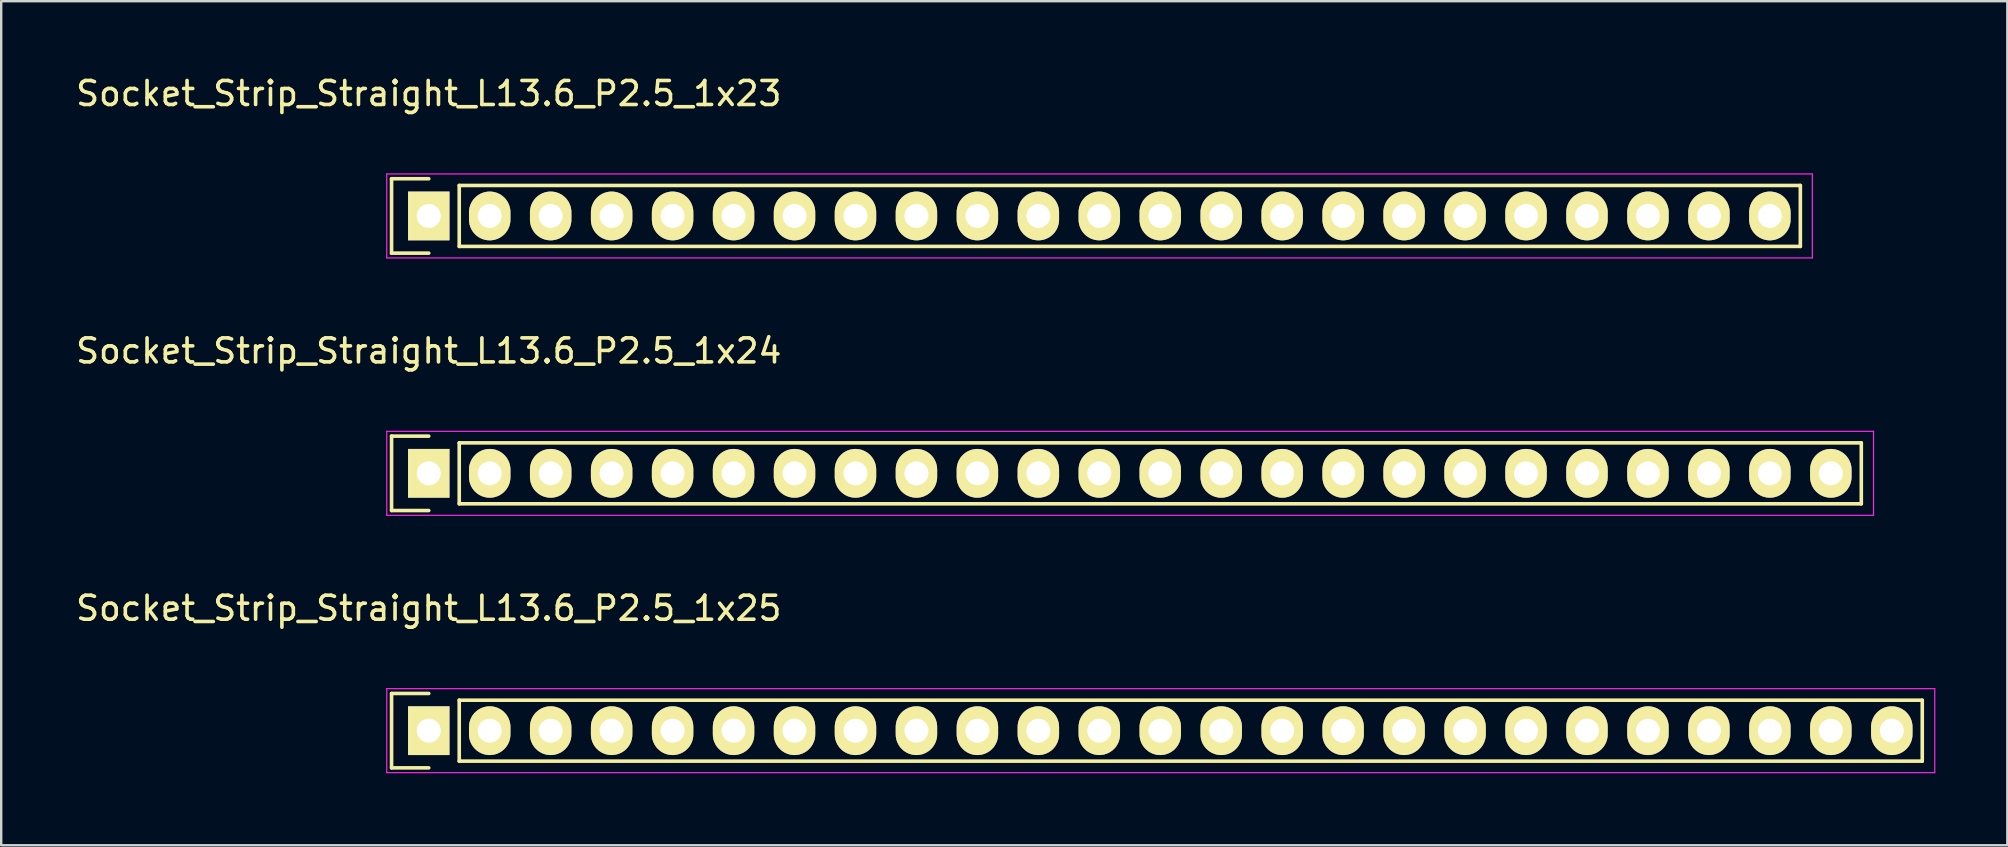
<source format=kicad_pcb>
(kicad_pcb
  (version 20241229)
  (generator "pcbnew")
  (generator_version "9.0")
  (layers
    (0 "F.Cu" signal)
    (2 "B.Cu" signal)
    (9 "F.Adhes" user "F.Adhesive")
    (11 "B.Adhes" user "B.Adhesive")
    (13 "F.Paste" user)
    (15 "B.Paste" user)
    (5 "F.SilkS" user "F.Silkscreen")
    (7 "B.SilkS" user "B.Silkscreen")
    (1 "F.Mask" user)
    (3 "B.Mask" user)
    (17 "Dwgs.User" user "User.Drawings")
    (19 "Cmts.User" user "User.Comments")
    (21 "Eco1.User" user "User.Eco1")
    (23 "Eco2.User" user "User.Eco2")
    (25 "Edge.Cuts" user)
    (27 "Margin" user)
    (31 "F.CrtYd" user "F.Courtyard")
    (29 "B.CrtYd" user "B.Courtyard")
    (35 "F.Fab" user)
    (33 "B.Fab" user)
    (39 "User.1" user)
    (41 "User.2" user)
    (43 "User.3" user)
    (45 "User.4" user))
  (footprint "Socket_Strip_Straight_L13.6_P2.5_1x25"
    (layer "F.Cu")
    (at 14.815 27.395)
    (property "Reference" "Socket_Strip_Straight_L13.6_P2.5_1x25" (at 0 -5.1 0) (layer "F.SilkS") (effects (font (size 1 1) (thickness 0.15))))
    (attr through_hole)
    (fp_line (start -1.55 -1.55) (end -1.55 1.55) (stroke (width 0.15) (type solid)) (layer "F.SilkS"))
    (fp_line (start -1.55 1.55) (end 0 1.55) (stroke (width 0.15) (type solid)) (layer "F.SilkS"))
    (fp_line (start 0 -1.55) (end -1.55 -1.55) (stroke (width 0.15) (type solid)) (layer "F.SilkS"))
    (fp_line (start 1.27 -1.27) (end 62.23 -1.27) (stroke (width 0.15) (type solid)) (layer "F.SilkS"))
    (fp_line (start 1.27 1.27) (end 1.27 -1.27) (stroke (width 0.15) (type solid)) (layer "F.SilkS"))
    (fp_line (start 62.23 -1.27) (end 62.23 1.27) (stroke (width 0.15) (type solid)) (layer "F.SilkS"))
    (fp_line (start 62.23 1.27) (end 1.27 1.27) (stroke (width 0.15) (type solid)) (layer "F.SilkS"))
    (fp_line (start -1.75 -1.75) (end -1.75 1.75) (stroke (width 0.05) (type solid)) (layer "F.CrtYd"))
    (fp_line (start -1.75 -1.75) (end 62.75 -1.75) (stroke (width 0.05) (type solid)) (layer "F.CrtYd"))
    (fp_line (start -1.75 1.75) (end 62.75 1.75) (stroke (width 0.05) (type solid)) (layer "F.CrtYd"))
    (fp_line (start 62.75 -1.75) (end 62.75 1.75) (stroke (width 0.05) (type solid)) (layer "F.CrtYd"))
    (pad "1" thru_hole rect (at 0 0) (size 1.727 2.032) (drill 1) (layers "*.Cu" "*.Mask" "F.SilkS"))
    (pad "2" thru_hole oval (at 2.54 0) (size 1.727 2.032) (drill 1) (layers "*.Cu" "*.Mask" "F.SilkS"))
    (pad "3" thru_hole oval (at 5.08 0) (size 1.727 2.032) (drill 1) (layers "*.Cu" "*.Mask" "F.SilkS"))
    (pad "4" thru_hole oval (at 7.62 0) (size 1.727 2.032) (drill 1) (layers "*.Cu" "*.Mask" "F.SilkS"))
    (pad "5" thru_hole oval (at 10.16 0) (size 1.727 2.032) (drill 1) (layers "*.Cu" "*.Mask" "F.SilkS"))
    (pad "6" thru_hole oval (at 12.7 0) (size 1.727 2.032) (drill 1) (layers "*.Cu" "*.Mask" "F.SilkS"))
    (pad "7" thru_hole oval (at 15.24 0) (size 1.727 2.032) (drill 1) (layers "*.Cu" "*.Mask" "F.SilkS"))
    (pad "8" thru_hole oval (at 17.78 0) (size 1.727 2.032) (drill 1) (layers "*.Cu" "*.Mask" "F.SilkS"))
    (pad "9" thru_hole oval (at 20.32 0) (size 1.727 2.032) (drill 1) (layers "*.Cu" "*.Mask" "F.SilkS"))
    (pad "10" thru_hole oval (at 22.86 0) (size 1.727 2.032) (drill 1) (layers "*.Cu" "*.Mask" "F.SilkS"))
    (pad "11" thru_hole oval (at 25.4 0) (size 1.727 2.032) (drill 1) (layers "*.Cu" "*.Mask" "F.SilkS"))
    (pad "12" thru_hole oval (at 27.94 0) (size 1.727 2.032) (drill 1) (layers "*.Cu" "*.Mask" "F.SilkS"))
    (pad "13" thru_hole oval (at 30.48 0) (size 1.727 2.032) (drill 1) (layers "*.Cu" "*.Mask" "F.SilkS"))
    (pad "14" thru_hole oval (at 33.02 0) (size 1.727 2.032) (drill 1) (layers "*.Cu" "*.Mask" "F.SilkS"))
    (pad "15" thru_hole oval (at 35.56 0) (size 1.727 2.032) (drill 1) (layers "*.Cu" "*.Mask" "F.SilkS"))
    (pad "16" thru_hole oval (at 38.1 0) (size 1.727 2.032) (drill 1) (layers "*.Cu" "*.Mask" "F.SilkS"))
    (pad "17" thru_hole oval (at 40.64 0) (size 1.727 2.032) (drill 1) (layers "*.Cu" "*.Mask" "F.SilkS"))
    (pad "18" thru_hole oval (at 43.18 0) (size 1.727 2.032) (drill 1) (layers "*.Cu" "*.Mask" "F.SilkS"))
    (pad "19" thru_hole oval (at 45.72 0) (size 1.727 2.032) (drill 1) (layers "*.Cu" "*.Mask" "F.SilkS"))
    (pad "20" thru_hole oval (at 48.26 0) (size 1.727 2.032) (drill 1) (layers "*.Cu" "*.Mask" "F.SilkS"))
    (pad "21" thru_hole oval (at 50.8 0) (size 1.727 2.032) (drill 1) (layers "*.Cu" "*.Mask" "F.SilkS"))
    (pad "22" thru_hole oval (at 53.34 0) (size 1.727 2.032) (drill 1) (layers "*.Cu" "*.Mask" "F.SilkS"))
    (pad "23" thru_hole oval (at 55.88 0) (size 1.727 2.032) (drill 1) (layers "*.Cu" "*.Mask" "F.SilkS"))
    (pad "24" thru_hole oval (at 58.42 0) (size 1.727 2.032) (drill 1) (layers "*.Cu" "*.Mask" "F.SilkS"))
    (pad "25" thru_hole oval (at 60.96 0) (size 1.727 2.032) (drill 1) (layers "*.Cu" "*.Mask" "F.SilkS")))
  (footprint "Socket_Strip_Straight_L13.6_P2.5_1x23"
    (layer "F.Cu")
    (at 14.815 5.948)
    (property "Reference" "Socket_Strip_Straight_L13.6_P2.5_1x23" (at 0 -5.1 0) (layer "F.SilkS") (effects (font (size 1 1) (thickness 0.15))))
    (attr through_hole)
    (fp_line (start -1.55 -1.55) (end -1.55 1.55) (stroke (width 0.15) (type solid)) (layer "F.SilkS"))
    (fp_line (start -1.55 1.55) (end 0 1.55) (stroke (width 0.15) (type solid)) (layer "F.SilkS"))
    (fp_line (start 0 -1.55) (end -1.55 -1.55) (stroke (width 0.15) (type solid)) (layer "F.SilkS"))
    (fp_line (start 1.27 -1.27) (end 57.15 -1.27) (stroke (width 0.15) (type solid)) (layer "F.SilkS"))
    (fp_line (start 1.27 1.27) (end 1.27 -1.27) (stroke (width 0.15) (type solid)) (layer "F.SilkS"))
    (fp_line (start 57.15 -1.27) (end 57.15 1.27) (stroke (width 0.15) (type solid)) (layer "F.SilkS"))
    (fp_line (start 57.15 1.27) (end 1.27 1.27) (stroke (width 0.15) (type solid)) (layer "F.SilkS"))
    (fp_line (start -1.75 -1.75) (end -1.75 1.75) (stroke (width 0.05) (type solid)) (layer "F.CrtYd"))
    (fp_line (start -1.75 -1.75) (end 57.65 -1.75) (stroke (width 0.05) (type solid)) (layer "F.CrtYd"))
    (fp_line (start -1.75 1.75) (end 57.65 1.75) (stroke (width 0.05) (type solid)) (layer "F.CrtYd"))
    (fp_line (start 57.65 -1.75) (end 57.65 1.75) (stroke (width 0.05) (type solid)) (layer "F.CrtYd"))
    (pad "1" thru_hole rect (at 0 0) (size 1.727 2.032) (drill 1) (layers "*.Cu" "*.Mask" "F.SilkS"))
    (pad "2" thru_hole oval (at 2.54 0) (size 1.727 2.032) (drill 1) (layers "*.Cu" "*.Mask" "F.SilkS"))
    (pad "3" thru_hole oval (at 5.08 0) (size 1.727 2.032) (drill 1) (layers "*.Cu" "*.Mask" "F.SilkS"))
    (pad "4" thru_hole oval (at 7.62 0) (size 1.727 2.032) (drill 1) (layers "*.Cu" "*.Mask" "F.SilkS"))
    (pad "5" thru_hole oval (at 10.16 0) (size 1.727 2.032) (drill 1) (layers "*.Cu" "*.Mask" "F.SilkS"))
    (pad "6" thru_hole oval (at 12.7 0) (size 1.727 2.032) (drill 1) (layers "*.Cu" "*.Mask" "F.SilkS"))
    (pad "7" thru_hole oval (at 15.24 0) (size 1.727 2.032) (drill 1) (layers "*.Cu" "*.Mask" "F.SilkS"))
    (pad "8" thru_hole oval (at 17.78 0) (size 1.727 2.032) (drill 1) (layers "*.Cu" "*.Mask" "F.SilkS"))
    (pad "9" thru_hole oval (at 20.32 0) (size 1.727 2.032) (drill 1) (layers "*.Cu" "*.Mask" "F.SilkS"))
    (pad "10" thru_hole oval (at 22.86 0) (size 1.727 2.032) (drill 1) (layers "*.Cu" "*.Mask" "F.SilkS"))
    (pad "11" thru_hole oval (at 25.4 0) (size 1.727 2.032) (drill 1) (layers "*.Cu" "*.Mask" "F.SilkS"))
    (pad "12" thru_hole oval (at 27.94 0) (size 1.727 2.032) (drill 1) (layers "*.Cu" "*.Mask" "F.SilkS"))
    (pad "13" thru_hole oval (at 30.48 0) (size 1.727 2.032) (drill 1) (layers "*.Cu" "*.Mask" "F.SilkS"))
    (pad "14" thru_hole oval (at 33.02 0) (size 1.727 2.032) (drill 1) (layers "*.Cu" "*.Mask" "F.SilkS"))
    (pad "15" thru_hole oval (at 35.56 0) (size 1.727 2.032) (drill 1) (layers "*.Cu" "*.Mask" "F.SilkS"))
    (pad "16" thru_hole oval (at 38.1 0) (size 1.727 2.032) (drill 1) (layers "*.Cu" "*.Mask" "F.SilkS"))
    (pad "17" thru_hole oval (at 40.64 0) (size 1.727 2.032) (drill 1) (layers "*.Cu" "*.Mask" "F.SilkS"))
    (pad "18" thru_hole oval (at 43.18 0) (size 1.727 2.032) (drill 1) (layers "*.Cu" "*.Mask" "F.SilkS"))
    (pad "19" thru_hole oval (at 45.72 0) (size 1.727 2.032) (drill 1) (layers "*.Cu" "*.Mask" "F.SilkS"))
    (pad "20" thru_hole oval (at 48.26 0) (size 1.727 2.032) (drill 1) (layers "*.Cu" "*.Mask" "F.SilkS"))
    (pad "21" thru_hole oval (at 50.8 0) (size 1.727 2.032) (drill 1) (layers "*.Cu" "*.Mask" "F.SilkS"))
    (pad "22" thru_hole oval (at 53.34 0) (size 1.727 2.032) (drill 1) (layers "*.Cu" "*.Mask" "F.SilkS"))
    (pad "23" thru_hole oval (at 55.88 0) (size 1.727 2.032) (drill 1) (layers "*.Cu" "*.Mask" "F.SilkS")))
  (footprint "Socket_Strip_Straight_L13.6_P2.5_1x24"
    (layer "F.Cu")
    (at 14.815 16.672)
    (property "Reference" "Socket_Strip_Straight_L13.6_P2.5_1x24" (at 0 -5.1 0) (layer "F.SilkS") (effects (font (size 1 1) (thickness 0.15))))
    (attr through_hole)
    (fp_line (start -1.55 -1.55) (end -1.55 1.55) (stroke (width 0.15) (type solid)) (layer "F.SilkS"))
    (fp_line (start -1.55 1.55) (end 0 1.55) (stroke (width 0.15) (type solid)) (layer "F.SilkS"))
    (fp_line (start 0 -1.55) (end -1.55 -1.55) (stroke (width 0.15) (type solid)) (layer "F.SilkS"))
    (fp_line (start 1.27 -1.27) (end 59.69 -1.27) (stroke (width 0.15) (type solid)) (layer "F.SilkS"))
    (fp_line (start 1.27 1.27) (end 1.27 -1.27) (stroke (width 0.15) (type solid)) (layer "F.SilkS"))
    (fp_line (start 1.27 1.27) (end 59.69 1.27) (stroke (width 0.15) (type solid)) (layer "F.SilkS"))
    (fp_line (start 59.69 -1.27) (end 59.69 1.27) (stroke (width 0.15) (type solid)) (layer "F.SilkS"))
    (fp_line (start -1.75 -1.75) (end -1.75 1.75) (stroke (width 0.05) (type solid)) (layer "F.CrtYd"))
    (fp_line (start -1.75 -1.75) (end 60.2 -1.75) (stroke (width 0.05) (type solid)) (layer "F.CrtYd"))
    (fp_line (start -1.75 1.75) (end 60.2 1.75) (stroke (width 0.05) (type solid)) (layer "F.CrtYd"))
    (fp_line (start 60.2 -1.75) (end 60.2 1.75) (stroke (width 0.05) (type solid)) (layer "F.CrtYd"))
    (pad "1" thru_hole rect (at 0 0) (size 1.727 2.032) (drill 1) (layers "*.Cu" "*.Mask" "F.SilkS"))
    (pad "2" thru_hole oval (at 2.54 0) (size 1.727 2.032) (drill 1) (layers "*.Cu" "*.Mask" "F.SilkS"))
    (pad "3" thru_hole oval (at 5.08 0) (size 1.727 2.032) (drill 1) (layers "*.Cu" "*.Mask" "F.SilkS"))
    (pad "4" thru_hole oval (at 7.62 0) (size 1.727 2.032) (drill 1) (layers "*.Cu" "*.Mask" "F.SilkS"))
    (pad "5" thru_hole oval (at 10.16 0) (size 1.727 2.032) (drill 1) (layers "*.Cu" "*.Mask" "F.SilkS"))
    (pad "6" thru_hole oval (at 12.7 0) (size 1.727 2.032) (drill 1) (layers "*.Cu" "*.Mask" "F.SilkS"))
    (pad "7" thru_hole oval (at 15.24 0) (size 1.727 2.032) (drill 1) (layers "*.Cu" "*.Mask" "F.SilkS"))
    (pad "8" thru_hole oval (at 17.78 0) (size 1.727 2.032) (drill 1) (layers "*.Cu" "*.Mask" "F.SilkS"))
    (pad "9" thru_hole oval (at 20.32 0) (size 1.727 2.032) (drill 1) (layers "*.Cu" "*.Mask" "F.SilkS"))
    (pad "10" thru_hole oval (at 22.86 0) (size 1.727 2.032) (drill 1) (layers "*.Cu" "*.Mask" "F.SilkS"))
    (pad "11" thru_hole oval (at 25.4 0) (size 1.727 2.032) (drill 1) (layers "*.Cu" "*.Mask" "F.SilkS"))
    (pad "12" thru_hole oval (at 27.94 0) (size 1.727 2.032) (drill 1) (layers "*.Cu" "*.Mask" "F.SilkS"))
    (pad "13" thru_hole oval (at 30.48 0) (size 1.727 2.032) (drill 1) (layers "*.Cu" "*.Mask" "F.SilkS"))
    (pad "14" thru_hole oval (at 33.02 0) (size 1.727 2.032) (drill 1) (layers "*.Cu" "*.Mask" "F.SilkS"))
    (pad "15" thru_hole oval (at 35.56 0) (size 1.727 2.032) (drill 1) (layers "*.Cu" "*.Mask" "F.SilkS"))
    (pad "16" thru_hole oval (at 38.1 0) (size 1.727 2.032) (drill 1) (layers "*.Cu" "*.Mask" "F.SilkS"))
    (pad "17" thru_hole oval (at 40.64 0) (size 1.727 2.032) (drill 1) (layers "*.Cu" "*.Mask" "F.SilkS"))
    (pad "18" thru_hole oval (at 43.18 0) (size 1.727 2.032) (drill 1) (layers "*.Cu" "*.Mask" "F.SilkS"))
    (pad "19" thru_hole oval (at 45.72 0) (size 1.727 2.032) (drill 1) (layers "*.Cu" "*.Mask" "F.SilkS"))
    (pad "20" thru_hole oval (at 48.26 0) (size 1.727 2.032) (drill 1) (layers "*.Cu" "*.Mask" "F.SilkS"))
    (pad "21" thru_hole oval (at 50.8 0) (size 1.727 2.032) (drill 1) (layers "*.Cu" "*.Mask" "F.SilkS"))
    (pad "22" thru_hole oval (at 53.34 0) (size 1.727 2.032) (drill 1) (layers "*.Cu" "*.Mask" "F.SilkS"))
    (pad "23" thru_hole oval (at 55.88 0) (size 1.727 2.032) (drill 1) (layers "*.Cu" "*.Mask" "F.SilkS"))
    (pad "24" thru_hole oval (at 58.42 0) (size 1.727 2.032) (drill 1) (layers "*.Cu" "*.Mask" "F.SilkS")))
  (gr_rect
    (start -3 -3)
    (end 80.59 32.17)
    (stroke (width 0.1) (type default))
    (fill no)
    (layer "Edge.Cuts")))
</source>
